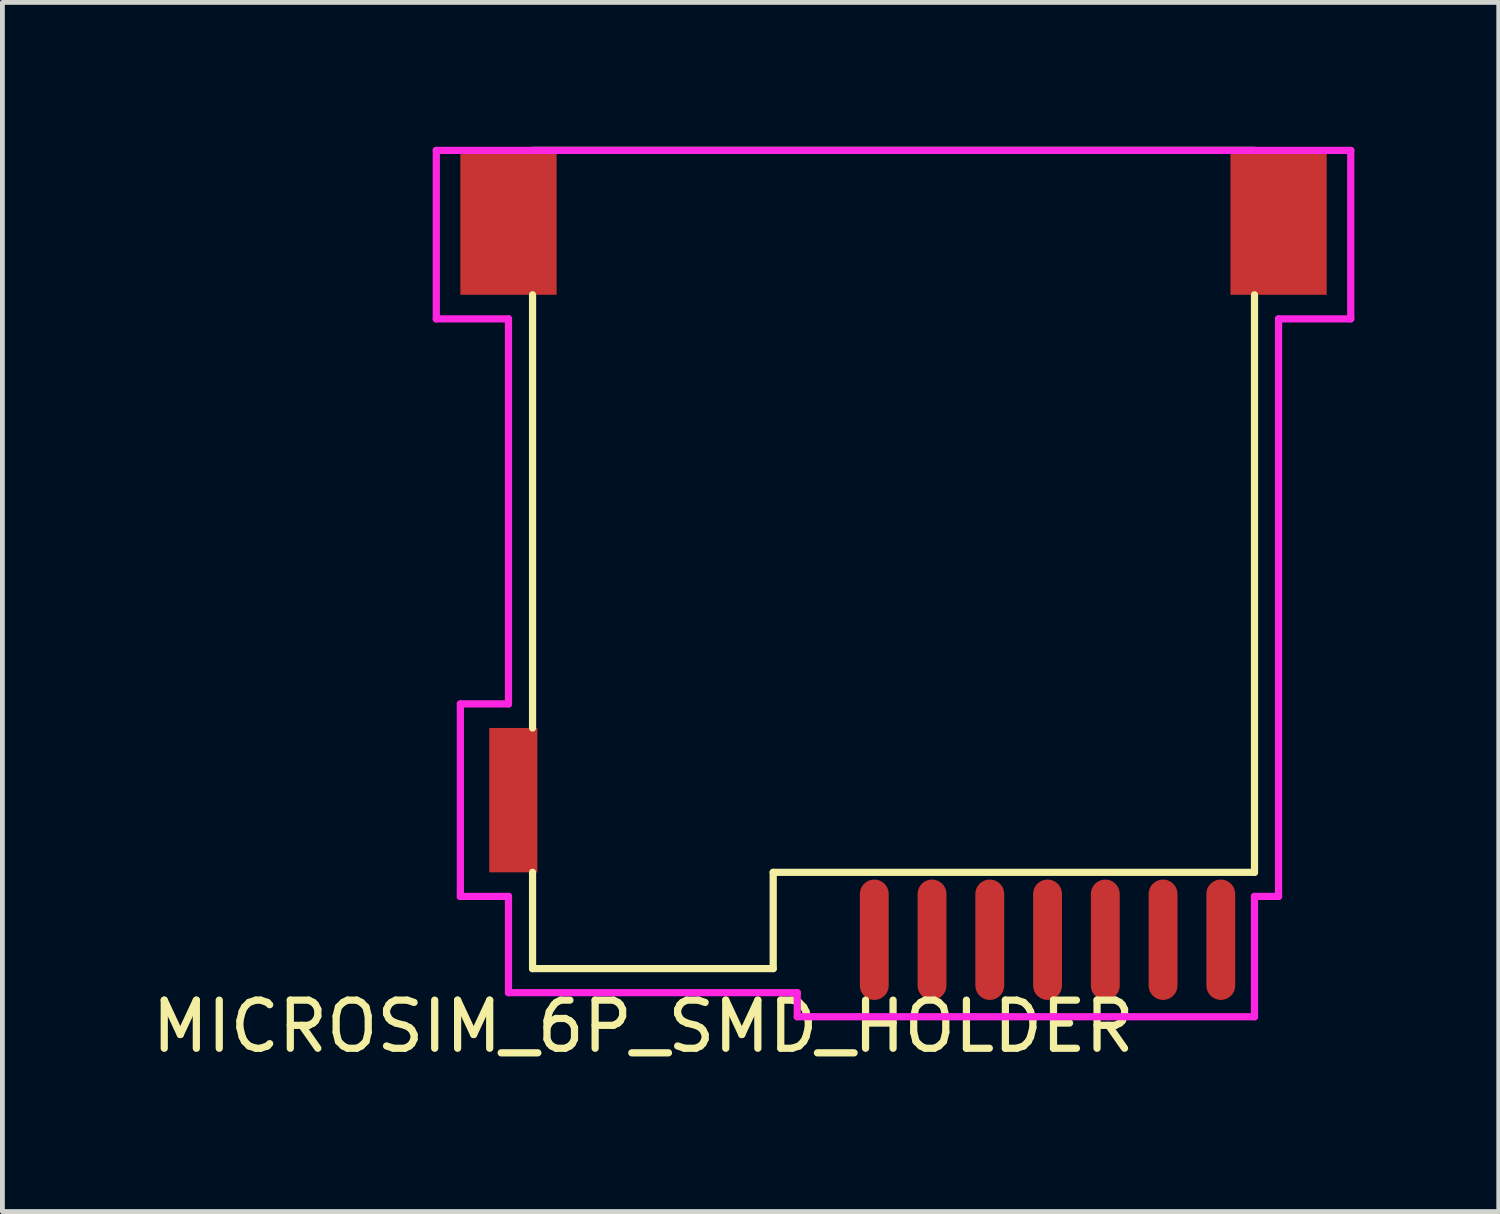
<source format=kicad_pcb>
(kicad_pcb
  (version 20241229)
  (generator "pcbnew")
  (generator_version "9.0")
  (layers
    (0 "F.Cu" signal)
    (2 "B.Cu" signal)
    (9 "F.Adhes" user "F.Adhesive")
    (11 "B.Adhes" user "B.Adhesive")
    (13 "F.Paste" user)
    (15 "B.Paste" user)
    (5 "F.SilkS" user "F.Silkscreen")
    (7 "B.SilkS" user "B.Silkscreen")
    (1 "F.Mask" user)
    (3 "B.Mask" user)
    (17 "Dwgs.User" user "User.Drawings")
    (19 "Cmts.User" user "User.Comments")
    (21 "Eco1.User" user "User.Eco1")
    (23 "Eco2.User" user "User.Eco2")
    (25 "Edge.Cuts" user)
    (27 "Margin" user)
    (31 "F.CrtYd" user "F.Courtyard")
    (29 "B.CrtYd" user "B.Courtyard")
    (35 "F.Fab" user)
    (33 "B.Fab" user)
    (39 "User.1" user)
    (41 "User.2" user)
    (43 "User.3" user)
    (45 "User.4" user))
  (footprint "MICROSIM_6P_SMD_HOLDER"
    (layer "F.Cu")
    (at 15.515 9.075)
    (property "Reference" "MICROSIM_6P_SMD_HOLDER" (at -5.2 9.2 0) (layer "F.SilkS") (effects (font (size 1 1) (thickness 0.15))))
    (attr through_hole)
    (fp_line (start -7.5 -9) (end 7.5 -9) (stroke (width 0.15) (type solid)) (layer "F.SilkS"))
    (fp_line (start -7.5 -6) (end -7.5 3) (stroke (width 0.15) (type solid)) (layer "F.SilkS"))
    (fp_line (start -7.5 6) (end -7.5 8) (stroke (width 0.15) (type solid)) (layer "F.SilkS"))
    (fp_line (start -7.5 8) (end -2.5 8) (stroke (width 0.15) (type solid)) (layer "F.SilkS"))
    (fp_line (start -2.5 6) (end 7.5 6) (stroke (width 0.15) (type solid)) (layer "F.SilkS"))
    (fp_line (start -2.5 8) (end -2.5 6) (stroke (width 0.15) (type solid)) (layer "F.SilkS"))
    (fp_line (start 7.5 -6) (end 7.5 6) (stroke (width 0.15) (type solid)) (layer "F.SilkS"))
    (fp_line (start -9.5 -9) (end 9.5 -9) (stroke (width 0.15) (type solid)) (layer "F.CrtYd"))
    (fp_line (start -9.5 -5.5) (end -9.5 -9) (stroke (width 0.15) (type solid)) (layer "F.CrtYd"))
    (fp_line (start -9 2.5) (end -8 2.5) (stroke (width 0.15) (type solid)) (layer "F.CrtYd"))
    (fp_line (start -9 6.5) (end -9 2.5) (stroke (width 0.15) (type solid)) (layer "F.CrtYd"))
    (fp_line (start -8 -5.5) (end -9.5 -5.5) (stroke (width 0.15) (type solid)) (layer "F.CrtYd"))
    (fp_line (start -8 2.5) (end -8 -5.5) (stroke (width 0.15) (type solid)) (layer "F.CrtYd"))
    (fp_line (start -8 6.5) (end -9 6.5) (stroke (width 0.15) (type solid)) (layer "F.CrtYd"))
    (fp_line (start -8 8.5) (end -8 6.5) (stroke (width 0.15) (type solid)) (layer "F.CrtYd"))
    (fp_line (start -2 8.5) (end -8 8.5) (stroke (width 0.15) (type solid)) (layer "F.CrtYd"))
    (fp_line (start -2 8.5) (end -2 9) (stroke (width 0.15) (type solid)) (layer "F.CrtYd"))
    (fp_line (start 7.5 6.5) (end 7.5 9) (stroke (width 0.15) (type solid)) (layer "F.CrtYd"))
    (fp_line (start 7.5 9) (end -2 9) (stroke (width 0.15) (type solid)) (layer "F.CrtYd"))
    (fp_line (start 8 -5.5) (end 8 6.5) (stroke (width 0.15) (type solid)) (layer "F.CrtYd"))
    (fp_line (start 8 6.5) (end 7.5 6.5) (stroke (width 0.15) (type solid)) (layer "F.CrtYd"))
    (fp_line (start 9.5 -9) (end 9.5 -5.5) (stroke (width 0.15) (type solid)) (layer "F.CrtYd"))
    (fp_line (start 9.5 -5.5) (end 8 -5.5) (stroke (width 0.15) (type solid)) (layer "F.CrtYd"))
    (pad "1" smd oval (at 6.8 7.4) (size 0.6 2.5) (layers "F.Cu" "F.Mask" "F.Paste"))
    (pad "2" smd oval (at 5.6 7.4) (size 0.6 2.5) (layers "F.Cu" "F.Mask" "F.Paste"))
    (pad "3" smd oval (at 4.4 7.4) (size 0.6 2.5) (layers "F.Cu" "F.Mask" "F.Paste"))
    (pad "4" smd oval (at 3.2 7.4) (size 0.6 2.5) (layers "F.Cu" "F.Mask" "F.Paste"))
    (pad "5" smd oval (at 2 7.4) (size 0.6 2.5) (layers "F.Cu" "F.Mask" "F.Paste"))
    (pad "6" smd oval (at 0.8 7.4) (size 0.6 2.5) (layers "F.Cu" "F.Mask" "F.Paste"))
    (pad "7" smd oval (at -0.4 7.4) (size 0.6 2.5) (layers "F.Cu" "F.Mask" "F.Paste"))
    (pad "8" smd rect (at -8 -7.5) (size 2 3) (layers "F.Cu" "F.Mask" "F.Paste"))
    (pad "8" smd rect (at -7.9 4.5) (size 1 3) (layers "F.Cu" "F.Mask" "F.Paste"))
    (pad "8" smd rect (at 8 -7.5) (size 2 3) (layers "F.Cu" "F.Mask" "F.Paste")))
  (gr_rect
    (start -3 -3)
    (end 28.09 22.123)
    (stroke (width 0.1) (type default))
    (fill no)
    (layer "Edge.Cuts")))
</source>
